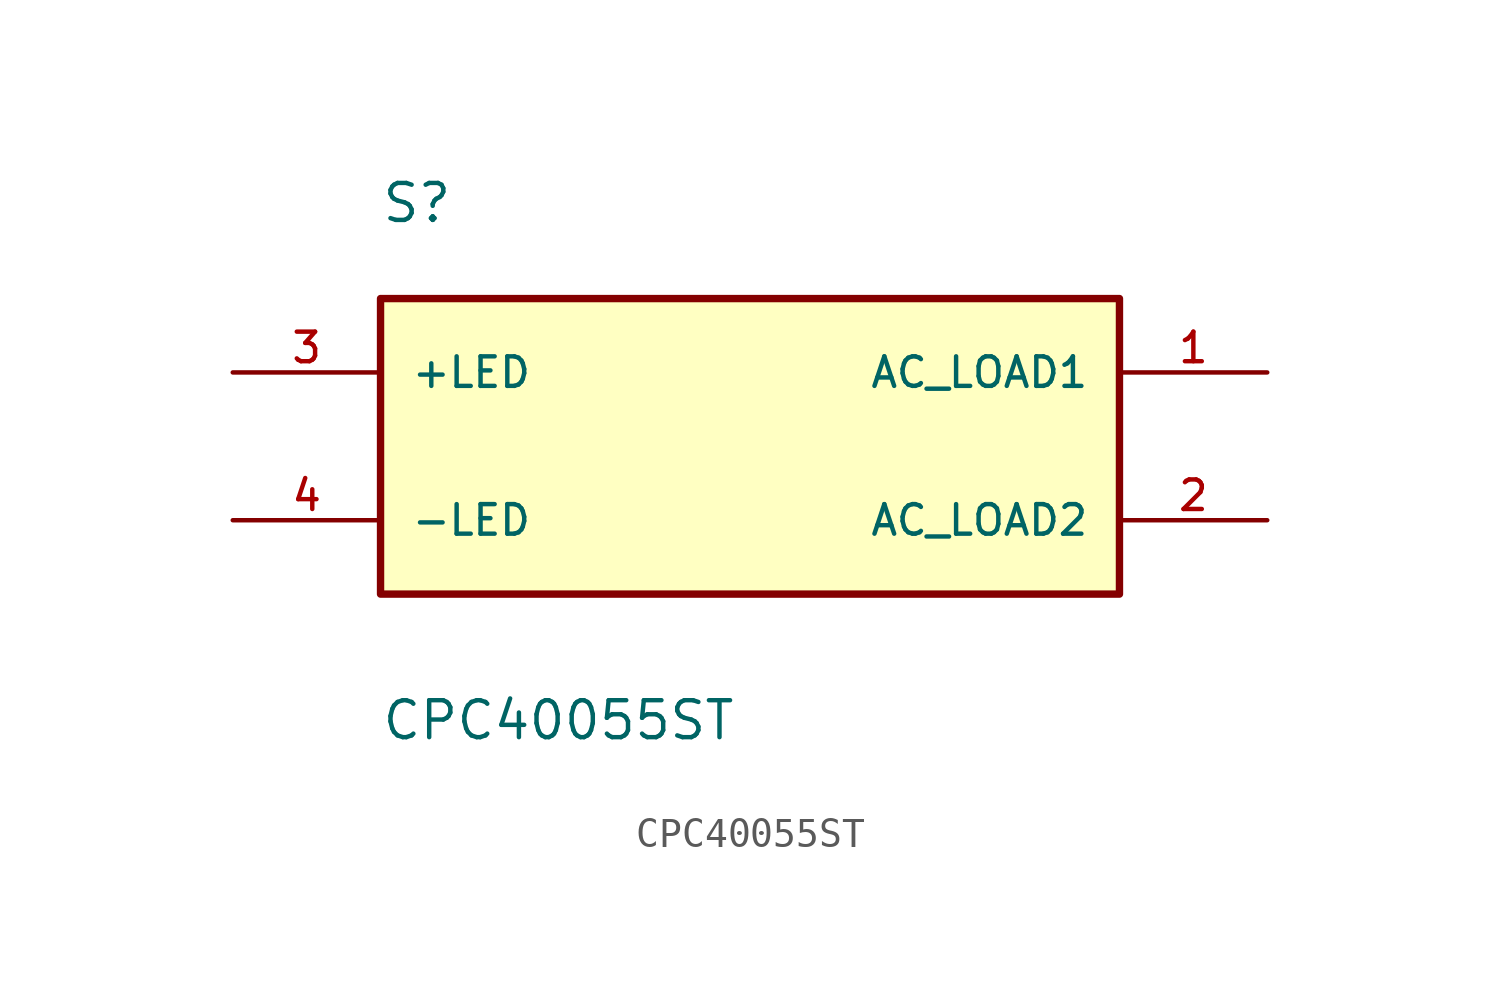
<source format=kicad_sym>
(kicad_symbol_lib
  (version 20211014)
  (generator kicad_symbol_editor)
  (symbol "CPC40055ST"
    (pin_names
      (offset 1.016))
    (property "Reference" "S"
      (at -12.7 7.62 0)
      (effects (font (size 1.27 1.27)) (justify bottom left)))
    (property "Value" "CPC40055ST"
      (at -12.7 -10.16 0)
      (effects (font (size 1.27 1.27)) (justify bottom left)))
    (symbol "CPC40055ST_0_0"
      (rectangle (start -12.7 -5.08) (end 12.7 5.08) (stroke (width 0.254)) (fill (type background)))
      (pin input line (at -17.78 2.54 0) (length 5.08) (name "+LED" (effects (font (size 1.016 1.016)))) (number "3" (effects (font (size 1.016 1.016)))))
      (pin input line (at -17.78 -2.54 0) (length 5.08) (name "-LED" (effects (font (size 1.016 1.016)))) (number "4" (effects (font (size 1.016 1.016)))))
      (pin output line (at 17.78 2.54 180.0) (length 5.08) (name "AC_LOAD1" (effects (font (size 1.016 1.016)))) (number "1" (effects (font (size 1.016 1.016)))))
      (pin output line (at 17.78 -2.54 180.0) (length 5.08) (name "AC_LOAD2" (effects (font (size 1.016 1.016)))) (number "2" (effects (font (size 1.016 1.016))))))))
</source>
